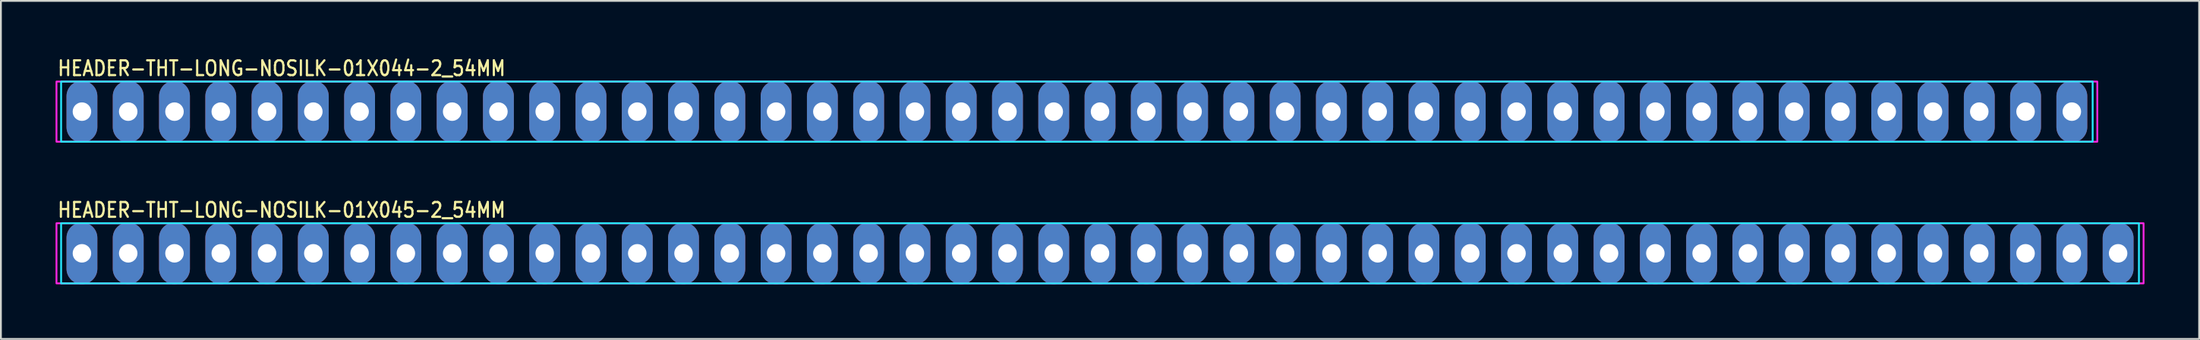
<source format=kicad_pcb>
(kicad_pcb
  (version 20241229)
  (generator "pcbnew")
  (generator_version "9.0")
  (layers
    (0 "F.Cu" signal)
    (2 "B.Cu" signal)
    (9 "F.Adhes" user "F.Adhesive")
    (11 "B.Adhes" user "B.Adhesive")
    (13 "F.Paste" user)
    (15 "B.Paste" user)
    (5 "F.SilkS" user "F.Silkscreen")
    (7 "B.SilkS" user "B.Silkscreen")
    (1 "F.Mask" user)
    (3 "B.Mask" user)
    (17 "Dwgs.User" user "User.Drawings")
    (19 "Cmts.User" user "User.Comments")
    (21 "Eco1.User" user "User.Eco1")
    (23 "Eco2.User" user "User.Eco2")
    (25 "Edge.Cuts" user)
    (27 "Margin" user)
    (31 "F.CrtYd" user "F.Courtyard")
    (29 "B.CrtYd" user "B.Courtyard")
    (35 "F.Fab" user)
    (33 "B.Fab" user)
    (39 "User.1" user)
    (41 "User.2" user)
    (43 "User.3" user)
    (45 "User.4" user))
  (footprint "HEADER-THT-LONG-NOSILK-01X045-2_54MM"
    (layer "F.Cu")
    (at 1.447 10.858)
    (property "Reference" "HEADER-THT-LONG-NOSILK-01X045-2_54MM" (at -1.4 -1.9 0) (unlocked yes) (layer "F.SilkS") (effects (font (size 0.813 0.695) (thickness 0.122)) (justify left bottom)))
    (fp_poly (pts (xy -1.143 -1.651) (xy 112.903 -1.651) (xy 112.903 1.651) (xy -1.143 1.651)) (stroke (width 0.1) (type solid)) (fill no) (layer "B.CrtYd"))
    (fp_poly (pts (xy -1.397 -1.651) (xy 113.157 -1.651) (xy 113.157 1.651) (xy -1.397 1.651)) (stroke (width 0.1) (type solid)) (fill no) (layer "F.CrtYd"))
    (pad "1" thru_hole oval (at 0 0 90) (size 3.387 1.693) (drill 1.016) (layers "*.Cu" "*.Mask"))
    (pad "2" thru_hole oval (at 2.54 0 90) (size 3.387 1.693) (drill 1.016) (layers "*.Cu" "*.Mask"))
    (pad "3" thru_hole oval (at 5.08 0 90) (size 3.387 1.693) (drill 1.016) (layers "*.Cu" "*.Mask"))
    (pad "4" thru_hole oval (at 7.62 0 90) (size 3.387 1.693) (drill 1.016) (layers "*.Cu" "*.Mask"))
    (pad "5" thru_hole oval (at 10.16 0 90) (size 3.387 1.693) (drill 1.016) (layers "*.Cu" "*.Mask"))
    (pad "6" thru_hole oval (at 12.7 0 90) (size 3.387 1.693) (drill 1.016) (layers "*.Cu" "*.Mask"))
    (pad "7" thru_hole oval (at 15.24 0 90) (size 3.387 1.693) (drill 1.016) (layers "*.Cu" "*.Mask"))
    (pad "8" thru_hole oval (at 17.78 0 90) (size 3.387 1.693) (drill 1.016) (layers "*.Cu" "*.Mask"))
    (pad "9" thru_hole oval (at 20.32 0 90) (size 3.387 1.693) (drill 1.016) (layers "*.Cu" "*.Mask"))
    (pad "10" thru_hole oval (at 22.86 0 90) (size 3.387 1.693) (drill 1.016) (layers "*.Cu" "*.Mask"))
    (pad "11" thru_hole oval (at 25.4 0 90) (size 3.387 1.693) (drill 1.016) (layers "*.Cu" "*.Mask"))
    (pad "12" thru_hole oval (at 27.94 0 90) (size 3.387 1.693) (drill 1.016) (layers "*.Cu" "*.Mask"))
    (pad "13" thru_hole oval (at 30.48 0 90) (size 3.387 1.693) (drill 1.016) (layers "*.Cu" "*.Mask"))
    (pad "14" thru_hole oval (at 33.02 0 90) (size 3.387 1.693) (drill 1.016) (layers "*.Cu" "*.Mask"))
    (pad "15" thru_hole oval (at 35.56 0 90) (size 3.387 1.693) (drill 1.016) (layers "*.Cu" "*.Mask"))
    (pad "16" thru_hole oval (at 38.1 0 90) (size 3.387 1.693) (drill 1.016) (layers "*.Cu" "*.Mask"))
    (pad "17" thru_hole oval (at 40.64 0 90) (size 3.387 1.693) (drill 1.016) (layers "*.Cu" "*.Mask"))
    (pad "18" thru_hole oval (at 43.18 0 90) (size 3.387 1.693) (drill 1.016) (layers "*.Cu" "*.Mask"))
    (pad "19" thru_hole oval (at 45.72 0 90) (size 3.387 1.693) (drill 1.016) (layers "*.Cu" "*.Mask"))
    (pad "20" thru_hole oval (at 48.26 0 90) (size 3.387 1.693) (drill 1.016) (layers "*.Cu" "*.Mask"))
    (pad "21" thru_hole oval (at 50.8 0 90) (size 3.387 1.693) (drill 1.016) (layers "*.Cu" "*.Mask"))
    (pad "22" thru_hole oval (at 53.34 0 90) (size 3.387 1.693) (drill 1.016) (layers "*.Cu" "*.Mask"))
    (pad "23" thru_hole oval (at 55.88 0 90) (size 3.387 1.693) (drill 1.016) (layers "*.Cu" "*.Mask"))
    (pad "24" thru_hole oval (at 58.42 0 90) (size 3.387 1.693) (drill 1.016) (layers "*.Cu" "*.Mask"))
    (pad "25" thru_hole oval (at 60.96 0 90) (size 3.387 1.693) (drill 1.016) (layers "*.Cu" "*.Mask"))
    (pad "26" thru_hole oval (at 63.5 0 90) (size 3.387 1.693) (drill 1.016) (layers "*.Cu" "*.Mask"))
    (pad "27" thru_hole oval (at 66.04 0 90) (size 3.387 1.693) (drill 1.016) (layers "*.Cu" "*.Mask"))
    (pad "28" thru_hole oval (at 68.58 0 90) (size 3.387 1.693) (drill 1.016) (layers "*.Cu" "*.Mask"))
    (pad "29" thru_hole oval (at 71.12 0 90) (size 3.387 1.693) (drill 1.016) (layers "*.Cu" "*.Mask"))
    (pad "30" thru_hole oval (at 73.66 0 90) (size 3.387 1.693) (drill 1.016) (layers "*.Cu" "*.Mask"))
    (pad "31" thru_hole oval (at 76.2 0 90) (size 3.387 1.693) (drill 1.016) (layers "*.Cu" "*.Mask"))
    (pad "32" thru_hole oval (at 78.74 0 90) (size 3.387 1.693) (drill 1.016) (layers "*.Cu" "*.Mask"))
    (pad "33" thru_hole oval (at 81.28 0 90) (size 3.387 1.693) (drill 1.016) (layers "*.Cu" "*.Mask"))
    (pad "34" thru_hole oval (at 83.82 0 90) (size 3.387 1.693) (drill 1.016) (layers "*.Cu" "*.Mask"))
    (pad "35" thru_hole oval (at 86.36 0 90) (size 3.387 1.693) (drill 1.016) (layers "*.Cu" "*.Mask"))
    (pad "36" thru_hole oval (at 88.9 0 90) (size 3.387 1.693) (drill 1.016) (layers "*.Cu" "*.Mask"))
    (pad "37" thru_hole oval (at 91.44 0 90) (size 3.387 1.693) (drill 1.016) (layers "*.Cu" "*.Mask"))
    (pad "38" thru_hole oval (at 93.98 0 90) (size 3.387 1.693) (drill 1.016) (layers "*.Cu" "*.Mask"))
    (pad "39" thru_hole oval (at 96.52 0 90) (size 3.387 1.693) (drill 1.016) (layers "*.Cu" "*.Mask"))
    (pad "40" thru_hole oval (at 99.06 0 90) (size 3.387 1.693) (drill 1.016) (layers "*.Cu" "*.Mask"))
    (pad "41" thru_hole oval (at 101.6 0 90) (size 3.387 1.693) (drill 1.016) (layers "*.Cu" "*.Mask"))
    (pad "42" thru_hole oval (at 104.14 0 90) (size 3.387 1.693) (drill 1.016) (layers "*.Cu" "*.Mask"))
    (pad "43" thru_hole oval (at 106.68 0 90) (size 3.387 1.693) (drill 1.016) (layers "*.Cu" "*.Mask"))
    (pad "44" thru_hole oval (at 109.22 0 90) (size 3.387 1.693) (drill 1.016) (layers "*.Cu" "*.Mask"))
    (pad "45" thru_hole oval (at 111.76 0 90) (size 3.387 1.693) (drill 1.016) (layers "*.Cu" "*.Mask")))
  (footprint "HEADER-THT-LONG-NOSILK-01X044-2_54MM"
    (layer "F.Cu")
    (at 1.447 3.079)
    (property "Reference" "HEADER-THT-LONG-NOSILK-01X044-2_54MM" (at -1.4 -1.9 0) (unlocked yes) (layer "F.SilkS") (effects (font (size 0.813 0.695) (thickness 0.122)) (justify left bottom)))
    (fp_poly (pts (xy -1.143 -1.651) (xy 110.363 -1.651) (xy 110.363 1.651) (xy -1.143 1.651)) (stroke (width 0.1) (type solid)) (fill no) (layer "B.CrtYd"))
    (fp_poly (pts (xy -1.397 -1.651) (xy 110.617 -1.651) (xy 110.617 1.651) (xy -1.397 1.651)) (stroke (width 0.1) (type solid)) (fill no) (layer "F.CrtYd"))
    (pad "1" thru_hole oval (at 0 0 90) (size 3.387 1.693) (drill 1.016) (layers "*.Cu" "*.Mask"))
    (pad "2" thru_hole oval (at 2.54 0 90) (size 3.387 1.693) (drill 1.016) (layers "*.Cu" "*.Mask"))
    (pad "3" thru_hole oval (at 5.08 0 90) (size 3.387 1.693) (drill 1.016) (layers "*.Cu" "*.Mask"))
    (pad "4" thru_hole oval (at 7.62 0 90) (size 3.387 1.693) (drill 1.016) (layers "*.Cu" "*.Mask"))
    (pad "5" thru_hole oval (at 10.16 0 90) (size 3.387 1.693) (drill 1.016) (layers "*.Cu" "*.Mask"))
    (pad "6" thru_hole oval (at 12.7 0 90) (size 3.387 1.693) (drill 1.016) (layers "*.Cu" "*.Mask"))
    (pad "7" thru_hole oval (at 15.24 0 90) (size 3.387 1.693) (drill 1.016) (layers "*.Cu" "*.Mask"))
    (pad "8" thru_hole oval (at 17.78 0 90) (size 3.387 1.693) (drill 1.016) (layers "*.Cu" "*.Mask"))
    (pad "9" thru_hole oval (at 20.32 0 90) (size 3.387 1.693) (drill 1.016) (layers "*.Cu" "*.Mask"))
    (pad "10" thru_hole oval (at 22.86 0 90) (size 3.387 1.693) (drill 1.016) (layers "*.Cu" "*.Mask"))
    (pad "11" thru_hole oval (at 25.4 0 90) (size 3.387 1.693) (drill 1.016) (layers "*.Cu" "*.Mask"))
    (pad "12" thru_hole oval (at 27.94 0 90) (size 3.387 1.693) (drill 1.016) (layers "*.Cu" "*.Mask"))
    (pad "13" thru_hole oval (at 30.48 0 90) (size 3.387 1.693) (drill 1.016) (layers "*.Cu" "*.Mask"))
    (pad "14" thru_hole oval (at 33.02 0 90) (size 3.387 1.693) (drill 1.016) (layers "*.Cu" "*.Mask"))
    (pad "15" thru_hole oval (at 35.56 0 90) (size 3.387 1.693) (drill 1.016) (layers "*.Cu" "*.Mask"))
    (pad "16" thru_hole oval (at 38.1 0 90) (size 3.387 1.693) (drill 1.016) (layers "*.Cu" "*.Mask"))
    (pad "17" thru_hole oval (at 40.64 0 90) (size 3.387 1.693) (drill 1.016) (layers "*.Cu" "*.Mask"))
    (pad "18" thru_hole oval (at 43.18 0 90) (size 3.387 1.693) (drill 1.016) (layers "*.Cu" "*.Mask"))
    (pad "19" thru_hole oval (at 45.72 0 90) (size 3.387 1.693) (drill 1.016) (layers "*.Cu" "*.Mask"))
    (pad "20" thru_hole oval (at 48.26 0 90) (size 3.387 1.693) (drill 1.016) (layers "*.Cu" "*.Mask"))
    (pad "21" thru_hole oval (at 50.8 0 90) (size 3.387 1.693) (drill 1.016) (layers "*.Cu" "*.Mask"))
    (pad "22" thru_hole oval (at 53.34 0 90) (size 3.387 1.693) (drill 1.016) (layers "*.Cu" "*.Mask"))
    (pad "23" thru_hole oval (at 55.88 0 90) (size 3.387 1.693) (drill 1.016) (layers "*.Cu" "*.Mask"))
    (pad "24" thru_hole oval (at 58.42 0 90) (size 3.387 1.693) (drill 1.016) (layers "*.Cu" "*.Mask"))
    (pad "25" thru_hole oval (at 60.96 0 90) (size 3.387 1.693) (drill 1.016) (layers "*.Cu" "*.Mask"))
    (pad "26" thru_hole oval (at 63.5 0 90) (size 3.387 1.693) (drill 1.016) (layers "*.Cu" "*.Mask"))
    (pad "27" thru_hole oval (at 66.04 0 90) (size 3.387 1.693) (drill 1.016) (layers "*.Cu" "*.Mask"))
    (pad "28" thru_hole oval (at 68.58 0 90) (size 3.387 1.693) (drill 1.016) (layers "*.Cu" "*.Mask"))
    (pad "29" thru_hole oval (at 71.12 0 90) (size 3.387 1.693) (drill 1.016) (layers "*.Cu" "*.Mask"))
    (pad "30" thru_hole oval (at 73.66 0 90) (size 3.387 1.693) (drill 1.016) (layers "*.Cu" "*.Mask"))
    (pad "31" thru_hole oval (at 76.2 0 90) (size 3.387 1.693) (drill 1.016) (layers "*.Cu" "*.Mask"))
    (pad "32" thru_hole oval (at 78.74 0 90) (size 3.387 1.693) (drill 1.016) (layers "*.Cu" "*.Mask"))
    (pad "33" thru_hole oval (at 81.28 0 90) (size 3.387 1.693) (drill 1.016) (layers "*.Cu" "*.Mask"))
    (pad "34" thru_hole oval (at 83.82 0 90) (size 3.387 1.693) (drill 1.016) (layers "*.Cu" "*.Mask"))
    (pad "35" thru_hole oval (at 86.36 0 90) (size 3.387 1.693) (drill 1.016) (layers "*.Cu" "*.Mask"))
    (pad "36" thru_hole oval (at 88.9 0 90) (size 3.387 1.693) (drill 1.016) (layers "*.Cu" "*.Mask"))
    (pad "37" thru_hole oval (at 91.44 0 90) (size 3.387 1.693) (drill 1.016) (layers "*.Cu" "*.Mask"))
    (pad "38" thru_hole oval (at 93.98 0 90) (size 3.387 1.693) (drill 1.016) (layers "*.Cu" "*.Mask"))
    (pad "39" thru_hole oval (at 96.52 0 90) (size 3.387 1.693) (drill 1.016) (layers "*.Cu" "*.Mask"))
    (pad "40" thru_hole oval (at 99.06 0 90) (size 3.387 1.693) (drill 1.016) (layers "*.Cu" "*.Mask"))
    (pad "41" thru_hole oval (at 101.6 0 90) (size 3.387 1.693) (drill 1.016) (layers "*.Cu" "*.Mask"))
    (pad "42" thru_hole oval (at 104.14 0 90) (size 3.387 1.693) (drill 1.016) (layers "*.Cu" "*.Mask"))
    (pad "43" thru_hole oval (at 106.68 0 90) (size 3.387 1.693) (drill 1.016) (layers "*.Cu" "*.Mask"))
    (pad "44" thru_hole oval (at 109.22 0 90) (size 3.387 1.693) (drill 1.016) (layers "*.Cu" "*.Mask")))
  (gr_rect
    (start -3 -3)
    (end 117.654 15.559)
    (stroke (width 0.1) (type default))
    (fill no)
    (layer "Edge.Cuts")))
</source>
